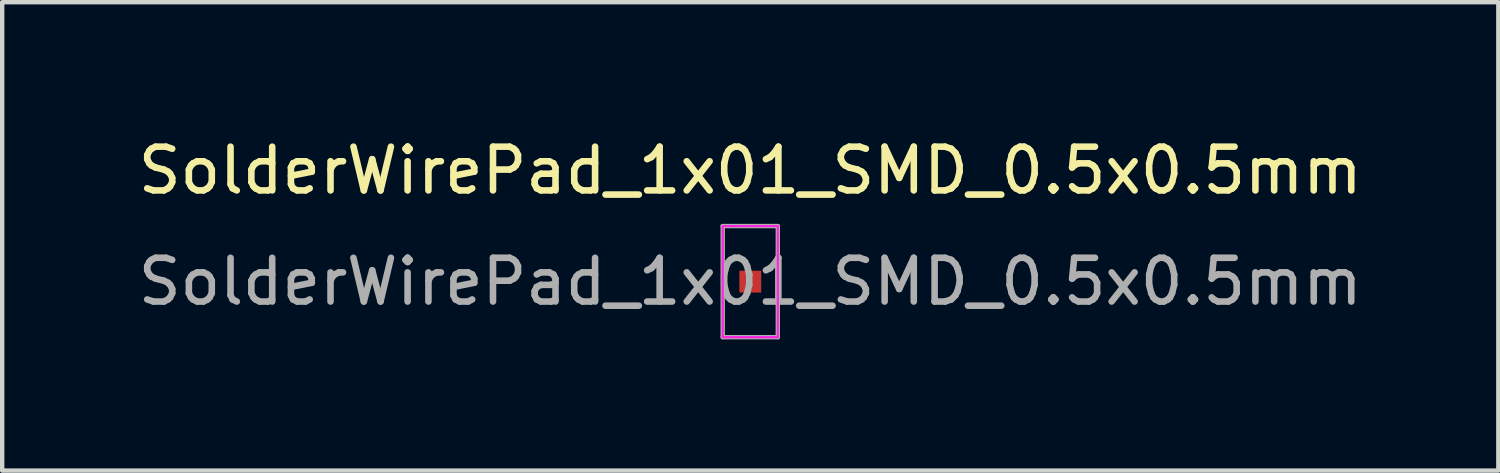
<source format=kicad_pcb>
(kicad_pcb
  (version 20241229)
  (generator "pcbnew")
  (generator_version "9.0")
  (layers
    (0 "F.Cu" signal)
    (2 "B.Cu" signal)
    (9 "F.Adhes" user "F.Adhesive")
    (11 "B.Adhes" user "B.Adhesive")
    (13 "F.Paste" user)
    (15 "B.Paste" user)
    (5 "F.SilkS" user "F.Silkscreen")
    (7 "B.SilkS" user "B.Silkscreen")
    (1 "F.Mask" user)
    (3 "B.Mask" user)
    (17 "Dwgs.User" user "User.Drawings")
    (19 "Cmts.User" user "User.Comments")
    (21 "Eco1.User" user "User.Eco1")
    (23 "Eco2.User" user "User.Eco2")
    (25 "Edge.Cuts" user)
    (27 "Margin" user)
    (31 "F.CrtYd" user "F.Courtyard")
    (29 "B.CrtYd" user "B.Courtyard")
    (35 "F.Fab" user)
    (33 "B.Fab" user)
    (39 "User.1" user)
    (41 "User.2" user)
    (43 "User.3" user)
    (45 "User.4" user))
  (footprint "SolderWirePad_1x01_SMD_0.5x0.5mm"
    (layer "F.Cu")
    (at 14.101 3.388)
    (property "Reference" "SolderWirePad_1x01_SMD_0.5x0.5mm" (at 0 -2.54 0) (layer "F.SilkS") (effects (font (size 1 1) (thickness 0.15))))
    (attr exclude_from_pos_files exclude_from_bom)
    (fp_line (start -0.63 -1.27) (end -0.63 1.27) (stroke (width 0.05) (type solid)) (layer "F.CrtYd"))
    (fp_line (start -0.63 1.27) (end 0.63 1.27) (stroke (width 0.05) (type solid)) (layer "F.CrtYd"))
    (fp_line (start 0.63 -1.27) (end -0.63 -1.27) (stroke (width 0.05) (type solid)) (layer "F.CrtYd"))
    (fp_line (start 0.63 1.27) (end 0.63 -1.27) (stroke (width 0.05) (type solid)) (layer "F.CrtYd"))
    (fp_line (start -0.63 -1.27) (end 0.63 -1.27) (stroke (width 0.1) (type solid)) (layer "F.Fab"))
    (fp_line (start -0.63 1.27) (end -0.63 -1.27) (stroke (width 0.1) (type solid)) (layer "F.Fab"))
    (fp_line (start 0.63 -1.27) (end 0.63 1.27) (stroke (width 0.1) (type solid)) (layer "F.Fab"))
    (fp_line (start 0.63 1.27) (end -0.63 1.27) (stroke (width 0.1) (type solid)) (layer "F.Fab"))
    (fp_text user "${REFERENCE}" (at 0 0 0) (layer "F.Fab") (effects (font (size 1 1) (thickness 0.15))))
    (pad "1" smd rect (at 0 0) (size 0.5 0.5) (layers "F.Cu" "F.Mask" "F.Paste")))
  (gr_rect
    (start -3 -3)
    (end 31.202 7.708)
    (stroke (width 0.1) (type default))
    (fill no)
    (layer "Edge.Cuts")))
</source>
